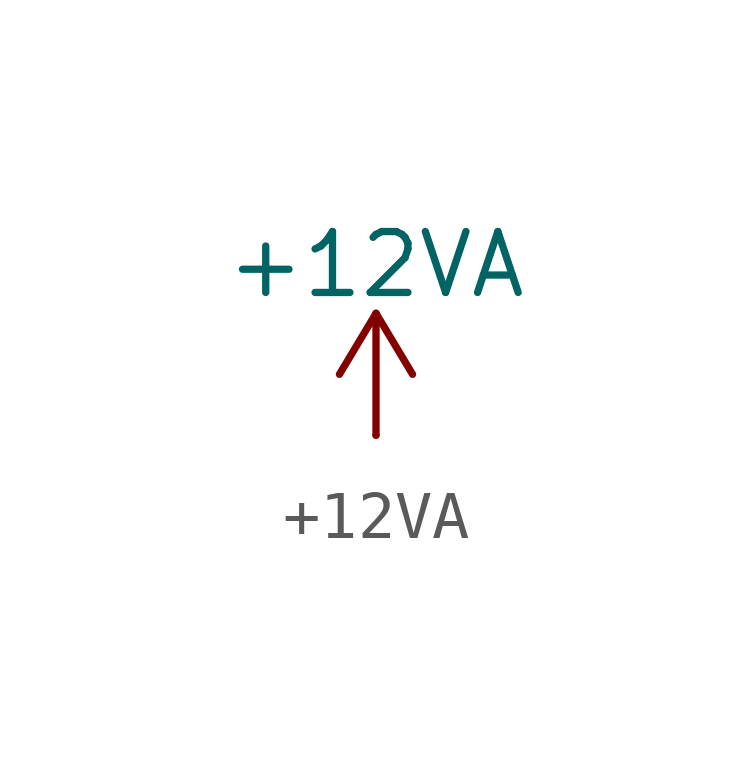
<source format=kicad_sym>
(kicad_symbol_lib
  (version 20231120)
  (generator "kicad_symbol_editor")
  (generator_version "8.0")
  (symbol "+12VA"
    (power)
    (pin_numbers hide)
    (pin_names
      (offset 0) hide)
    (property "Reference" "#PWR"
      (at 0 -3.81 0)
      (effects (font (size 1.27 1.27)) (hide yes)))
    (property "Value" "+12VA"
      (at 0 3.556 0)
      (effects (font (size 1.27 1.27))))
    (symbol "+12VA_0_1"
      (polyline (pts (xy -0.762 1.27) (xy 0 2.54)) (stroke (width 0) (type default)) (fill (type none)))
      (polyline (pts (xy 0 0) (xy 0 2.54)) (stroke (width 0) (type default)) (fill (type none)))
      (polyline (pts (xy 0 2.54) (xy 0.762 1.27)) (stroke (width 0) (type default)) (fill (type none))))
    (symbol "+12VA_1_1"
      (pin power_in line (at 0 0 90) (length 0) (name "~" (effects (font (size 1.27 1.27)))) (number "1" (effects (font (size 1.27 1.27))))))))
</source>
